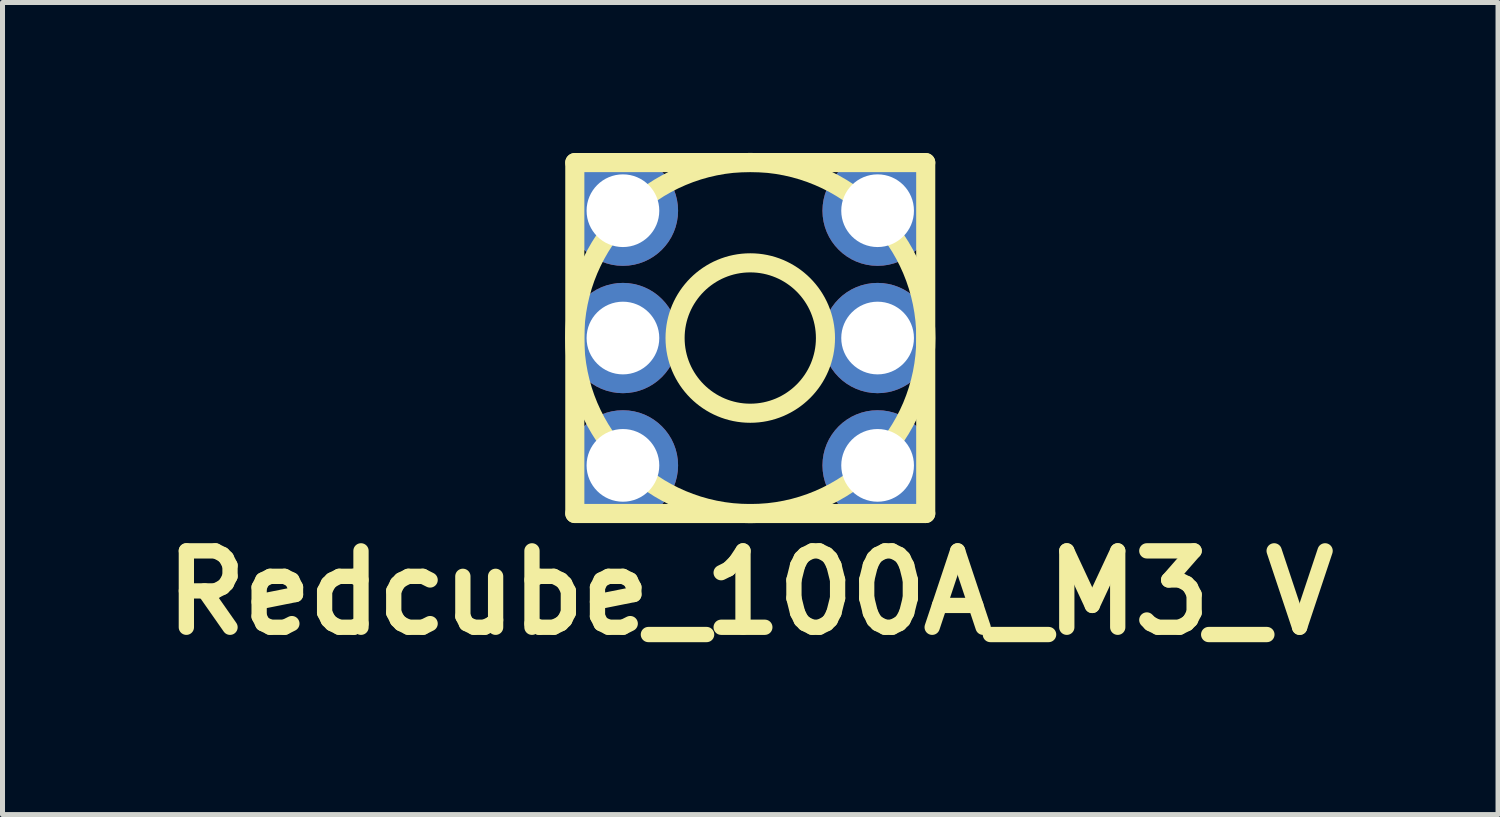
<source format=kicad_pcb>
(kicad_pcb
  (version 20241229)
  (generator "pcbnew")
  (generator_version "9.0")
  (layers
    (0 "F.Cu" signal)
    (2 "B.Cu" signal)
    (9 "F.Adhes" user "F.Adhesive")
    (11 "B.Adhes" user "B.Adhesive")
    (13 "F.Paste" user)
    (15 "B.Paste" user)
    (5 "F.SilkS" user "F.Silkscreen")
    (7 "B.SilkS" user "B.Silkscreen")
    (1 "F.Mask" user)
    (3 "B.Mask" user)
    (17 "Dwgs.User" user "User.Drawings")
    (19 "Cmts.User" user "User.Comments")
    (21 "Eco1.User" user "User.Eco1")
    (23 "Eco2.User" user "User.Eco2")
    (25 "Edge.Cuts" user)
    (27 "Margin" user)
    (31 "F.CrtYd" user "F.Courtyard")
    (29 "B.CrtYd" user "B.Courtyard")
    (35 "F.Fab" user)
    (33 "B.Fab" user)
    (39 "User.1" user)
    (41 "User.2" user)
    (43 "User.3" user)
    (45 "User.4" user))
  (footprint "Redcube_100A_M3_V"
    (layer "F.Cu")
    (at 11.916 3.693)
    (property "Reference" "Redcube_100A_M3_V" (at 0 5.08 0) (layer "F.SilkS") (effects (font (size 1.524 1.524) (thickness 0.305))))
    (attr through_hole)
    (fp_line (start -3.5 -3.5) (end 3.5 -3.5) (stroke (width 0.381) (type solid)) (layer "F.SilkS"))
    (fp_line (start -3.5 3.5) (end -3.5 -3.5) (stroke (width 0.381) (type solid)) (layer "F.SilkS"))
    (fp_line (start 3.5 -3.5) (end 3.5 3.5) (stroke (width 0.381) (type solid)) (layer "F.SilkS"))
    (fp_line (start 3.5 3.5) (end -3.5 3.5) (stroke (width 0.381) (type solid)) (layer "F.SilkS"))
    (fp_circle (center 0 0) (end 0 -1.5) (stroke (width 0.381) (type solid)) (fill no) (layer "F.SilkS"))
    (fp_circle (center 0 0) (end 3.5 -0.127) (stroke (width 0.381) (type solid)) (fill no) (layer "F.SilkS"))
    (pad "1" thru_hole circle (at -2.54 -2.54) (size 2.2 2.2) (drill 1.45) (layers "*.Cu" "*.Mask"))
    (pad "1" thru_hole circle (at -2.54 0) (size 2.2 2.2) (drill 1.45) (layers "*.Cu" "*.Mask"))
    (pad "1" thru_hole circle (at -2.54 2.54) (size 2.2 2.2) (drill 1.45) (layers "*.Cu" "*.Mask"))
    (pad "1" thru_hole circle (at 2.54 -2.54) (size 2.2 2.2) (drill 1.45) (layers "*.Cu" "*.Mask"))
    (pad "1" thru_hole circle (at 2.54 0) (size 2.2 2.2) (drill 1.45) (layers "*.Cu" "*.Mask"))
    (pad "1" thru_hole circle (at 2.54 2.54) (size 2.2 2.2) (drill 1.45) (layers "*.Cu" "*.Mask")))
  (gr_rect
    (start -3 -3)
    (end 26.832 13.199)
    (stroke (width 0.1) (type default))
    (fill no)
    (layer "Edge.Cuts")))
</source>
